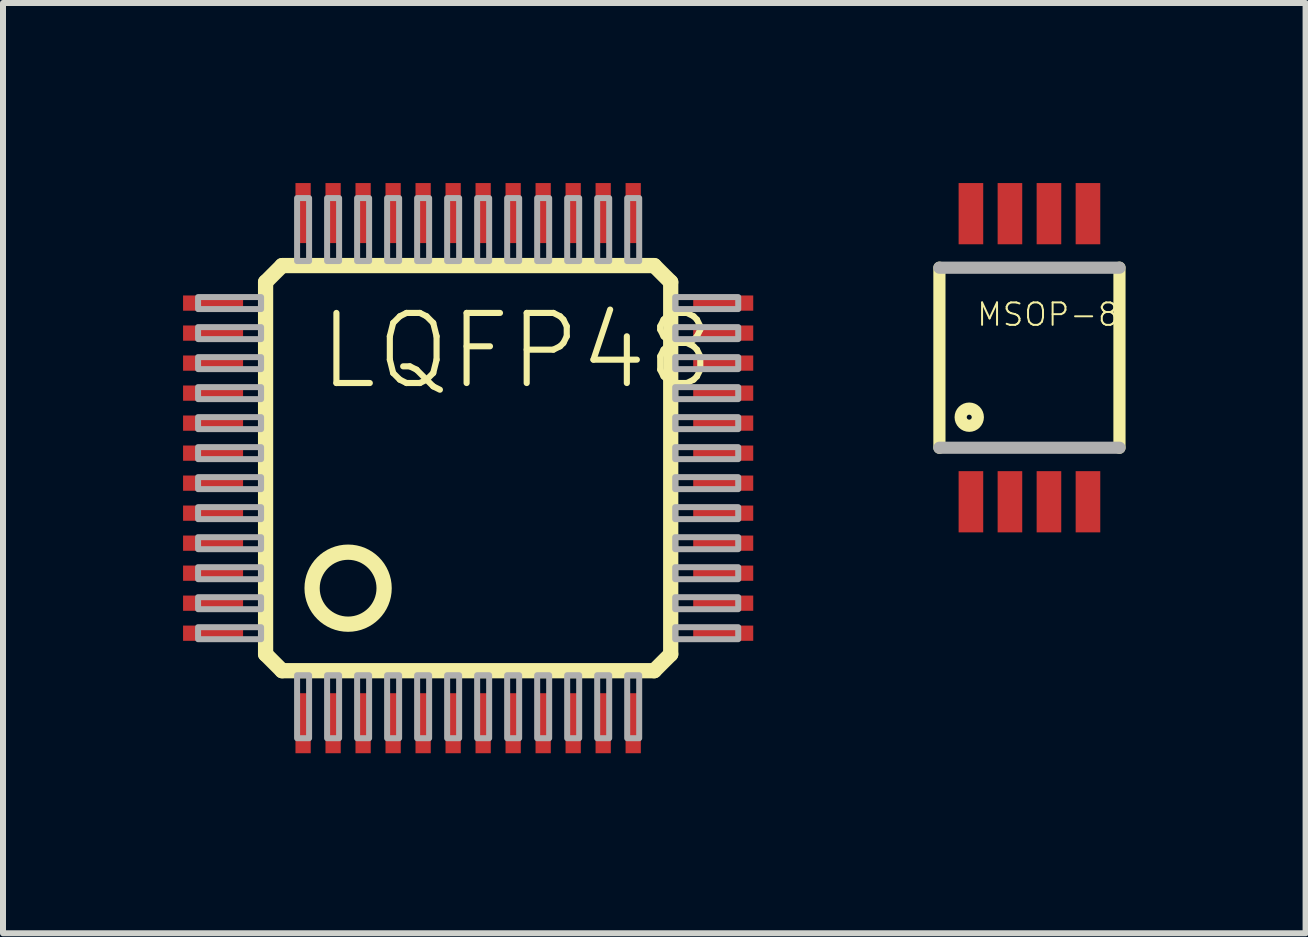
<source format=kicad_pcb>
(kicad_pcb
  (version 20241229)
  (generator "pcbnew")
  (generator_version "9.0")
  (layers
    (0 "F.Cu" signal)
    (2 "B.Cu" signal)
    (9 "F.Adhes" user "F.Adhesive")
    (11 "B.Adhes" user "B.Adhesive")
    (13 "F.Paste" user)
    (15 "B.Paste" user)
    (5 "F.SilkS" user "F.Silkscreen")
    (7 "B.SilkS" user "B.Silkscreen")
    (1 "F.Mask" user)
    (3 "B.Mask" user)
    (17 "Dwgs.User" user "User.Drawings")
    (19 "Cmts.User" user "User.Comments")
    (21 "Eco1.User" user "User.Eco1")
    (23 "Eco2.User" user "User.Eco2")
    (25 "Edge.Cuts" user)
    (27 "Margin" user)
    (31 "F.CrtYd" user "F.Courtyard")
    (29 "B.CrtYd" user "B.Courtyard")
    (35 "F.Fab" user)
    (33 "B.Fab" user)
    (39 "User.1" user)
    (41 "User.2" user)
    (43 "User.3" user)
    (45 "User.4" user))
  (footprint "LQFP48"
    (layer "F.Cu")
    (at 4.75 4.75)
    (property "Reference" "LQFP48" (at -2.54 -1.27 0) (layer "F.SilkS") (effects (font (size 1.168 1.168) (thickness 0.102)) (justify left bottom)))
    (fp_line (start -3.375 -3.1) (end -3.1 -3.375) (stroke (width 0.254) (type solid)) (layer "F.SilkS"))
    (fp_line (start -3.375 3.1) (end -3.375 -3.1) (stroke (width 0.254) (type solid)) (layer "F.SilkS"))
    (fp_line (start -3.1 -3.375) (end 3.1 -3.375) (stroke (width 0.254) (type solid)) (layer "F.SilkS"))
    (fp_line (start -3.1 3.375) (end -3.375 3.1) (stroke (width 0.254) (type solid)) (layer "F.SilkS"))
    (fp_line (start 3.1 -3.375) (end 3.375 -3.1) (stroke (width 0.254) (type solid)) (layer "F.SilkS"))
    (fp_line (start 3.1 3.375) (end -3.1 3.375) (stroke (width 0.254) (type solid)) (layer "F.SilkS"))
    (fp_line (start 3.375 -3.1) (end 3.375 3.1) (stroke (width 0.254) (type solid)) (layer "F.SilkS"))
    (fp_line (start 3.375 3.1) (end 3.1 3.375) (stroke (width 0.254) (type solid)) (layer "F.SilkS"))
    (fp_circle (center -2 2) (end -1.4 2) (stroke (width 0.254) (type solid)) (fill no) (layer "F.SilkS"))
    (fp_poly (pts (xy -4.5 -2.65) (xy -3.45 -2.65) (xy -3.45 -2.85) (xy -4.5 -2.85)) (stroke (width 0.1) (type solid)) (fill no) (layer "F.Fab"))
    (fp_poly (pts (xy -4.5 -2.15) (xy -3.45 -2.15) (xy -3.45 -2.35) (xy -4.5 -2.35)) (stroke (width 0.1) (type solid)) (fill no) (layer "F.Fab"))
    (fp_poly (pts (xy -4.5 -1.65) (xy -3.45 -1.65) (xy -3.45 -1.85) (xy -4.5 -1.85)) (stroke (width 0.1) (type solid)) (fill no) (layer "F.Fab"))
    (fp_poly (pts (xy -4.5 -1.15) (xy -3.45 -1.15) (xy -3.45 -1.35) (xy -4.5 -1.35)) (stroke (width 0.1) (type solid)) (fill no) (layer "F.Fab"))
    (fp_poly (pts (xy -4.5 -0.65) (xy -3.45 -0.65) (xy -3.45 -0.85) (xy -4.5 -0.85)) (stroke (width 0.1) (type solid)) (fill no) (layer "F.Fab"))
    (fp_poly (pts (xy -4.5 -0.15) (xy -3.45 -0.15) (xy -3.45 -0.35) (xy -4.5 -0.35)) (stroke (width 0.1) (type solid)) (fill no) (layer "F.Fab"))
    (fp_poly (pts (xy -4.5 0.35) (xy -3.45 0.35) (xy -3.45 0.15) (xy -4.5 0.15)) (stroke (width 0.1) (type solid)) (fill no) (layer "F.Fab"))
    (fp_poly (pts (xy -4.5 0.85) (xy -3.45 0.85) (xy -3.45 0.65) (xy -4.5 0.65)) (stroke (width 0.1) (type solid)) (fill no) (layer "F.Fab"))
    (fp_poly (pts (xy -4.5 1.35) (xy -3.45 1.35) (xy -3.45 1.15) (xy -4.5 1.15)) (stroke (width 0.1) (type solid)) (fill no) (layer "F.Fab"))
    (fp_poly (pts (xy -4.5 1.85) (xy -3.45 1.85) (xy -3.45 1.65) (xy -4.5 1.65)) (stroke (width 0.1) (type solid)) (fill no) (layer "F.Fab"))
    (fp_poly (pts (xy -4.5 2.35) (xy -3.45 2.35) (xy -3.45 2.15) (xy -4.5 2.15)) (stroke (width 0.1) (type solid)) (fill no) (layer "F.Fab"))
    (fp_poly (pts (xy -4.5 2.85) (xy -3.45 2.85) (xy -3.45 2.65) (xy -4.5 2.65)) (stroke (width 0.1) (type solid)) (fill no) (layer "F.Fab"))
    (fp_poly (pts (xy -2.85 -3.45) (xy -2.65 -3.45) (xy -2.65 -4.5) (xy -2.85 -4.5)) (stroke (width 0.1) (type solid)) (fill no) (layer "F.Fab"))
    (fp_poly (pts (xy -2.85 4.5) (xy -2.65 4.5) (xy -2.65 3.45) (xy -2.85 3.45)) (stroke (width 0.1) (type solid)) (fill no) (layer "F.Fab"))
    (fp_poly (pts (xy -2.35 -3.45) (xy -2.15 -3.45) (xy -2.15 -4.5) (xy -2.35 -4.5)) (stroke (width 0.1) (type solid)) (fill no) (layer "F.Fab"))
    (fp_poly (pts (xy -2.35 4.5) (xy -2.15 4.5) (xy -2.15 3.45) (xy -2.35 3.45)) (stroke (width 0.1) (type solid)) (fill no) (layer "F.Fab"))
    (fp_poly (pts (xy -1.85 -3.45) (xy -1.65 -3.45) (xy -1.65 -4.5) (xy -1.85 -4.5)) (stroke (width 0.1) (type solid)) (fill no) (layer "F.Fab"))
    (fp_poly (pts (xy -1.85 4.5) (xy -1.65 4.5) (xy -1.65 3.45) (xy -1.85 3.45)) (stroke (width 0.1) (type solid)) (fill no) (layer "F.Fab"))
    (fp_poly (pts (xy -1.35 -3.45) (xy -1.15 -3.45) (xy -1.15 -4.5) (xy -1.35 -4.5)) (stroke (width 0.1) (type solid)) (fill no) (layer "F.Fab"))
    (fp_poly (pts (xy -1.35 4.5) (xy -1.15 4.5) (xy -1.15 3.45) (xy -1.35 3.45)) (stroke (width 0.1) (type solid)) (fill no) (layer "F.Fab"))
    (fp_poly (pts (xy -0.85 -3.45) (xy -0.65 -3.45) (xy -0.65 -4.5) (xy -0.85 -4.5)) (stroke (width 0.1) (type solid)) (fill no) (layer "F.Fab"))
    (fp_poly (pts (xy -0.85 4.5) (xy -0.65 4.5) (xy -0.65 3.45) (xy -0.85 3.45)) (stroke (width 0.1) (type solid)) (fill no) (layer "F.Fab"))
    (fp_poly (pts (xy -0.35 -3.45) (xy -0.15 -3.45) (xy -0.15 -4.5) (xy -0.35 -4.5)) (stroke (width 0.1) (type solid)) (fill no) (layer "F.Fab"))
    (fp_poly (pts (xy -0.35 4.5) (xy -0.15 4.5) (xy -0.15 3.45) (xy -0.35 3.45)) (stroke (width 0.1) (type solid)) (fill no) (layer "F.Fab"))
    (fp_poly (pts (xy 0.15 -3.45) (xy 0.35 -3.45) (xy 0.35 -4.5) (xy 0.15 -4.5)) (stroke (width 0.1) (type solid)) (fill no) (layer "F.Fab"))
    (fp_poly (pts (xy 0.15 4.5) (xy 0.35 4.5) (xy 0.35 3.45) (xy 0.15 3.45)) (stroke (width 0.1) (type solid)) (fill no) (layer "F.Fab"))
    (fp_poly (pts (xy 0.65 -3.45) (xy 0.85 -3.45) (xy 0.85 -4.5) (xy 0.65 -4.5)) (stroke (width 0.1) (type solid)) (fill no) (layer "F.Fab"))
    (fp_poly (pts (xy 0.65 4.5) (xy 0.85 4.5) (xy 0.85 3.45) (xy 0.65 3.45)) (stroke (width 0.1) (type solid)) (fill no) (layer "F.Fab"))
    (fp_poly (pts (xy 1.15 -3.45) (xy 1.35 -3.45) (xy 1.35 -4.5) (xy 1.15 -4.5)) (stroke (width 0.1) (type solid)) (fill no) (layer "F.Fab"))
    (fp_poly (pts (xy 1.15 4.5) (xy 1.35 4.5) (xy 1.35 3.45) (xy 1.15 3.45)) (stroke (width 0.1) (type solid)) (fill no) (layer "F.Fab"))
    (fp_poly (pts (xy 1.65 -3.45) (xy 1.85 -3.45) (xy 1.85 -4.5) (xy 1.65 -4.5)) (stroke (width 0.1) (type solid)) (fill no) (layer "F.Fab"))
    (fp_poly (pts (xy 1.65 4.5) (xy 1.85 4.5) (xy 1.85 3.45) (xy 1.65 3.45)) (stroke (width 0.1) (type solid)) (fill no) (layer "F.Fab"))
    (fp_poly (pts (xy 2.15 -3.45) (xy 2.35 -3.45) (xy 2.35 -4.5) (xy 2.15 -4.5)) (stroke (width 0.1) (type solid)) (fill no) (layer "F.Fab"))
    (fp_poly (pts (xy 2.15 4.5) (xy 2.35 4.5) (xy 2.35 3.45) (xy 2.15 3.45)) (stroke (width 0.1) (type solid)) (fill no) (layer "F.Fab"))
    (fp_poly (pts (xy 2.65 -3.45) (xy 2.85 -3.45) (xy 2.85 -4.5) (xy 2.65 -4.5)) (stroke (width 0.1) (type solid)) (fill no) (layer "F.Fab"))
    (fp_poly (pts (xy 2.65 4.5) (xy 2.85 4.5) (xy 2.85 3.45) (xy 2.65 3.45)) (stroke (width 0.1) (type solid)) (fill no) (layer "F.Fab"))
    (fp_poly (pts (xy 3.45 -2.65) (xy 4.5 -2.65) (xy 4.5 -2.85) (xy 3.45 -2.85)) (stroke (width 0.1) (type solid)) (fill no) (layer "F.Fab"))
    (fp_poly (pts (xy 3.45 -2.15) (xy 4.5 -2.15) (xy 4.5 -2.35) (xy 3.45 -2.35)) (stroke (width 0.1) (type solid)) (fill no) (layer "F.Fab"))
    (fp_poly (pts (xy 3.45 -1.65) (xy 4.5 -1.65) (xy 4.5 -1.85) (xy 3.45 -1.85)) (stroke (width 0.1) (type solid)) (fill no) (layer "F.Fab"))
    (fp_poly (pts (xy 3.45 -1.15) (xy 4.5 -1.15) (xy 4.5 -1.35) (xy 3.45 -1.35)) (stroke (width 0.1) (type solid)) (fill no) (layer "F.Fab"))
    (fp_poly (pts (xy 3.45 -0.65) (xy 4.5 -0.65) (xy 4.5 -0.85) (xy 3.45 -0.85)) (stroke (width 0.1) (type solid)) (fill no) (layer "F.Fab"))
    (fp_poly (pts (xy 3.45 -0.15) (xy 4.5 -0.15) (xy 4.5 -0.35) (xy 3.45 -0.35)) (stroke (width 0.1) (type solid)) (fill no) (layer "F.Fab"))
    (fp_poly (pts (xy 3.45 0.35) (xy 4.5 0.35) (xy 4.5 0.15) (xy 3.45 0.15)) (stroke (width 0.1) (type solid)) (fill no) (layer "F.Fab"))
    (fp_poly (pts (xy 3.45 0.85) (xy 4.5 0.85) (xy 4.5 0.65) (xy 3.45 0.65)) (stroke (width 0.1) (type solid)) (fill no) (layer "F.Fab"))
    (fp_poly (pts (xy 3.45 1.35) (xy 4.5 1.35) (xy 4.5 1.15) (xy 3.45 1.15)) (stroke (width 0.1) (type solid)) (fill no) (layer "F.Fab"))
    (fp_poly (pts (xy 3.45 1.85) (xy 4.5 1.85) (xy 4.5 1.65) (xy 3.45 1.65)) (stroke (width 0.1) (type solid)) (fill no) (layer "F.Fab"))
    (fp_poly (pts (xy 3.45 2.35) (xy 4.5 2.35) (xy 4.5 2.15) (xy 3.45 2.15)) (stroke (width 0.1) (type solid)) (fill no) (layer "F.Fab"))
    (fp_poly (pts (xy 3.45 2.85) (xy 4.5 2.85) (xy 4.5 2.65) (xy 3.45 2.65)) (stroke (width 0.1) (type solid)) (fill no) (layer "F.Fab"))
    (pad "1" smd rect (at -2.75 4.25) (size 0.254 1) (layers "F.Cu" "F.Mask" "F.Paste"))
    (pad "2" smd rect (at -2.25 4.25) (size 0.254 1) (layers "F.Cu" "F.Mask" "F.Paste"))
    (pad "3" smd rect (at -1.75 4.25) (size 0.254 1) (layers "F.Cu" "F.Mask" "F.Paste"))
    (pad "4" smd rect (at -1.25 4.25) (size 0.254 1) (layers "F.Cu" "F.Mask" "F.Paste"))
    (pad "5" smd rect (at -0.75 4.25) (size 0.254 1) (layers "F.Cu" "F.Mask" "F.Paste"))
    (pad "6" smd rect (at -0.25 4.25) (size 0.254 1) (layers "F.Cu" "F.Mask" "F.Paste"))
    (pad "7" smd rect (at 0.25 4.25) (size 0.254 1) (layers "F.Cu" "F.Mask" "F.Paste"))
    (pad "8" smd rect (at 0.75 4.25) (size 0.254 1) (layers "F.Cu" "F.Mask" "F.Paste"))
    (pad "9" smd rect (at 1.25 4.25) (size 0.254 1) (layers "F.Cu" "F.Mask" "F.Paste"))
    (pad "10" smd rect (at 1.75 4.25) (size 0.254 1) (layers "F.Cu" "F.Mask" "F.Paste"))
    (pad "11" smd rect (at 2.25 4.25) (size 0.254 1) (layers "F.Cu" "F.Mask" "F.Paste"))
    (pad "12" smd rect (at 2.75 4.25) (size 0.254 1) (layers "F.Cu" "F.Mask" "F.Paste"))
    (pad "13" smd rect (at 4.25 2.75) (size 1 0.254) (layers "F.Cu" "F.Mask" "F.Paste"))
    (pad "14" smd rect (at 4.25 2.25) (size 1 0.254) (layers "F.Cu" "F.Mask" "F.Paste"))
    (pad "15" smd rect (at 4.25 1.75) (size 1 0.254) (layers "F.Cu" "F.Mask" "F.Paste"))
    (pad "16" smd rect (at 4.25 1.25) (size 1 0.254) (layers "F.Cu" "F.Mask" "F.Paste"))
    (pad "17" smd rect (at 4.25 0.75) (size 1 0.254) (layers "F.Cu" "F.Mask" "F.Paste"))
    (pad "18" smd rect (at 4.25 0.25) (size 1 0.254) (layers "F.Cu" "F.Mask" "F.Paste"))
    (pad "19" smd rect (at 4.25 -0.25) (size 1 0.254) (layers "F.Cu" "F.Mask" "F.Paste"))
    (pad "20" smd rect (at 4.25 -0.75) (size 1 0.254) (layers "F.Cu" "F.Mask" "F.Paste"))
    (pad "21" smd rect (at 4.25 -1.25) (size 1 0.254) (layers "F.Cu" "F.Mask" "F.Paste"))
    (pad "22" smd rect (at 4.25 -1.75) (size 1 0.254) (layers "F.Cu" "F.Mask" "F.Paste"))
    (pad "23" smd rect (at 4.25 -2.25) (size 1 0.254) (layers "F.Cu" "F.Mask" "F.Paste"))
    (pad "24" smd rect (at 4.25 -2.75) (size 1 0.254) (layers "F.Cu" "F.Mask" "F.Paste"))
    (pad "25" smd rect (at 2.75 -4.25) (size 0.254 1) (layers "F.Cu" "F.Mask" "F.Paste"))
    (pad "26" smd rect (at 2.25 -4.25) (size 0.254 1) (layers "F.Cu" "F.Mask" "F.Paste"))
    (pad "27" smd rect (at 1.75 -4.25) (size 0.254 1) (layers "F.Cu" "F.Mask" "F.Paste"))
    (pad "28" smd rect (at 1.25 -4.25) (size 0.254 1) (layers "F.Cu" "F.Mask" "F.Paste"))
    (pad "29" smd rect (at 0.75 -4.25) (size 0.254 1) (layers "F.Cu" "F.Mask" "F.Paste"))
    (pad "30" smd rect (at 0.25 -4.25) (size 0.254 1) (layers "F.Cu" "F.Mask" "F.Paste"))
    (pad "31" smd rect (at -0.25 -4.25) (size 0.254 1) (layers "F.Cu" "F.Mask" "F.Paste"))
    (pad "32" smd rect (at -0.75 -4.25) (size 0.254 1) (layers "F.Cu" "F.Mask" "F.Paste"))
    (pad "33" smd rect (at -1.25 -4.25) (size 0.254 1) (layers "F.Cu" "F.Mask" "F.Paste"))
    (pad "34" smd rect (at -1.75 -4.25) (size 0.254 1) (layers "F.Cu" "F.Mask" "F.Paste"))
    (pad "35" smd rect (at -2.25 -4.25) (size 0.254 1) (layers "F.Cu" "F.Mask" "F.Paste"))
    (pad "36" smd rect (at -2.75 -4.25) (size 0.254 1) (layers "F.Cu" "F.Mask" "F.Paste"))
    (pad "37" smd rect (at -4.25 -2.75) (size 1 0.254) (layers "F.Cu" "F.Mask" "F.Paste"))
    (pad "38" smd rect (at -4.25 -2.25) (size 1 0.254) (layers "F.Cu" "F.Mask" "F.Paste"))
    (pad "39" smd rect (at -4.25 -1.75) (size 1 0.254) (layers "F.Cu" "F.Mask" "F.Paste"))
    (pad "40" smd rect (at -4.25 -1.25) (size 1 0.254) (layers "F.Cu" "F.Mask" "F.Paste"))
    (pad "41" smd rect (at -4.25 -0.75) (size 1 0.254) (layers "F.Cu" "F.Mask" "F.Paste"))
    (pad "42" smd rect (at -4.25 -0.25) (size 1 0.254) (layers "F.Cu" "F.Mask" "F.Paste"))
    (pad "43" smd rect (at -4.25 0.25) (size 1 0.254) (layers "F.Cu" "F.Mask" "F.Paste"))
    (pad "44" smd rect (at -4.25 0.75) (size 1 0.254) (layers "F.Cu" "F.Mask" "F.Paste"))
    (pad "45" smd rect (at -4.25 1.25) (size 1 0.254) (layers "F.Cu" "F.Mask" "F.Paste"))
    (pad "46" smd rect (at -4.25 1.75) (size 1 0.254) (layers "F.Cu" "F.Mask" "F.Paste"))
    (pad "47" smd rect (at -4.25 2.25) (size 1 0.254) (layers "F.Cu" "F.Mask" "F.Paste"))
    (pad "48" smd rect (at -4.25 2.75) (size 1 0.254) (layers "F.Cu" "F.Mask" "F.Paste")))
  (footprint "MSOP-8"
    (layer "F.Cu")
    (at 14.102 2.91)
    (property "Reference" "MSOP-8" (at -0.9 -0.5 0) (layer "F.SilkS") (effects (font (size 0.374 0.374) (thickness 0.033)) (justify left bottom)))
    (fp_line (start -1.5 -1.5) (end -1.5 1.5) (stroke (width 0.203) (type solid)) (layer "F.SilkS"))
    (fp_line (start 1.5 1.5) (end 1.5 -1.5) (stroke (width 0.203) (type solid)) (layer "F.SilkS"))
    (fp_circle (center -1.003 0.991) (end -0.86 0.991) (stroke (width 0.203) (type solid)) (fill no) (layer "F.SilkS"))
    (fp_line (start -1.5 1.5) (end 1.5 1.5) (stroke (width 0.203) (type solid)) (layer "F.Fab"))
    (fp_line (start 1.5 -1.5) (end -1.5 -1.5) (stroke (width 0.203) (type solid)) (layer "F.Fab"))
    (pad "1" smd rect (at -0.975 2.4) (size 0.41 1.02) (layers "F.Cu" "F.Mask" "F.Paste"))
    (pad "2" smd rect (at -0.325 2.4) (size 0.41 1.02) (layers "F.Cu" "F.Mask" "F.Paste"))
    (pad "3" smd rect (at 0.325 2.4) (size 0.41 1.02) (layers "F.Cu" "F.Mask" "F.Paste"))
    (pad "4" smd rect (at 0.975 2.4) (size 0.41 1.02) (layers "F.Cu" "F.Mask" "F.Paste"))
    (pad "5" smd rect (at 0.975 -2.4) (size 0.41 1.02) (layers "F.Cu" "F.Mask" "F.Paste"))
    (pad "6" smd rect (at 0.325 -2.4) (size 0.41 1.02) (layers "F.Cu" "F.Mask" "F.Paste"))
    (pad "7" smd rect (at -0.325 -2.4) (size 0.41 1.02) (layers "F.Cu" "F.Mask" "F.Paste"))
    (pad "8" smd rect (at -0.975 -2.4) (size 0.41 1.02) (layers "F.Cu" "F.Mask" "F.Paste")))
  (gr_rect
    (start -3 -3)
    (end 18.703 12.5)
    (stroke (width 0.1) (type default))
    (fill no)
    (layer "Edge.Cuts")))
</source>
